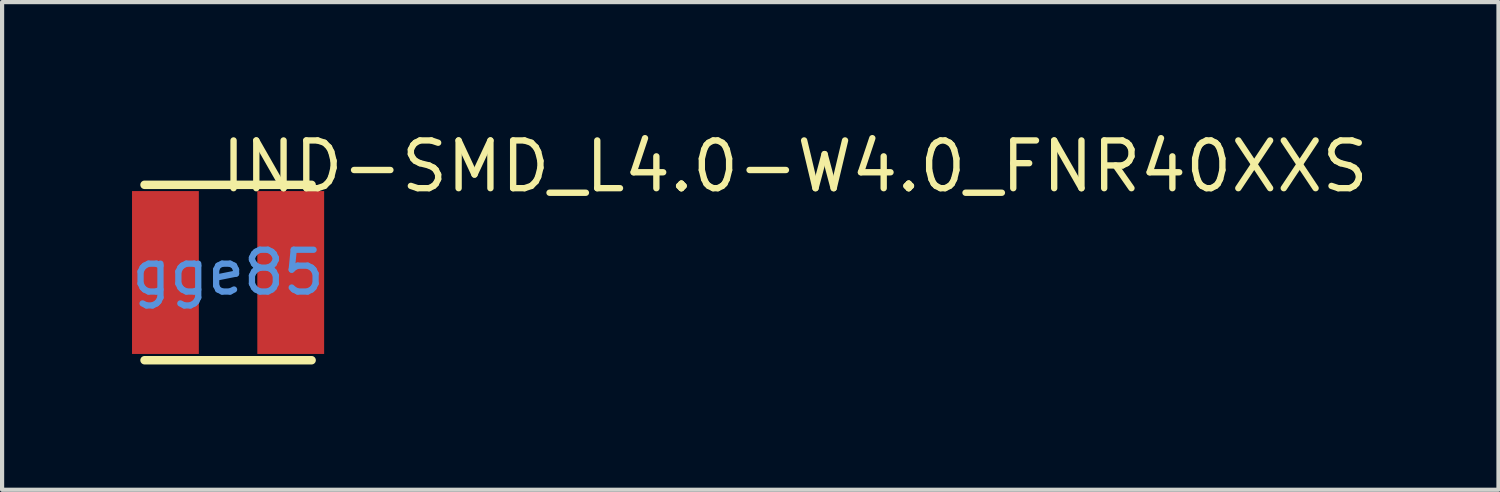
<source format=kicad_pcb>
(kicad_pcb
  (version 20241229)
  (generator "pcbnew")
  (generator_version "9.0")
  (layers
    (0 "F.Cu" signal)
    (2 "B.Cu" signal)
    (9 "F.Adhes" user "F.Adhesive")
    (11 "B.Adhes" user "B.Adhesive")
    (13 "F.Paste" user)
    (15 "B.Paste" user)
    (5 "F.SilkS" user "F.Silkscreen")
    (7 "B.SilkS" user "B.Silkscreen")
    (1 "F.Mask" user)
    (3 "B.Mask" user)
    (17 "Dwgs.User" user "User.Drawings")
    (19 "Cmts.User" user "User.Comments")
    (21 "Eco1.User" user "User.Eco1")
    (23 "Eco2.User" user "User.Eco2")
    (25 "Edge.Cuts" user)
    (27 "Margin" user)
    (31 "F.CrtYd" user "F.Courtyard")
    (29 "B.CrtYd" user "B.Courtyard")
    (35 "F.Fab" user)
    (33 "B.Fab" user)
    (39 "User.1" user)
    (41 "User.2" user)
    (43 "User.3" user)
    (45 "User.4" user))
  (footprint "IND-SMD_L4.0-W4.0_FNR40XXS"
    (layer "F.Cu")
    (at 2.411 3.475)
    (property "Reference" "IND-SMD_L4.0-W4.0_FNR40XXS" (at -0.241 -2.54 0) (layer "F.SilkS") (effects (font (size 1.143 1.143) (thickness 0.152)) (justify left)))
    (attr smd)
    (fp_line (start -2 -2.1) (end 2 -2.1) (stroke (width 0.203) (type solid)) (layer "F.SilkS"))
    (fp_line (start -2 2.1) (end 2 2.1) (stroke (width 0.203) (type solid)) (layer "F.SilkS"))
    (fp_text user "gge85" (at 0 0 0) (layer "Cmts.User") (effects (font (size 1 1) (thickness 0.15))))
    (pad "1" smd rect (at -1.5 0) (size 1.6 3.9) (layers "F.Cu" "F.Mask" "F.Paste"))
    (pad "2" smd rect (at 1.5 0) (size 1.6 3.9) (layers "F.Cu" "F.Mask" "F.Paste")))
  (gr_rect
    (start -3 -3)
    (end 32.829 8.677)
    (stroke (width 0.1) (type default))
    (fill no)
    (layer "Edge.Cuts")))
</source>
